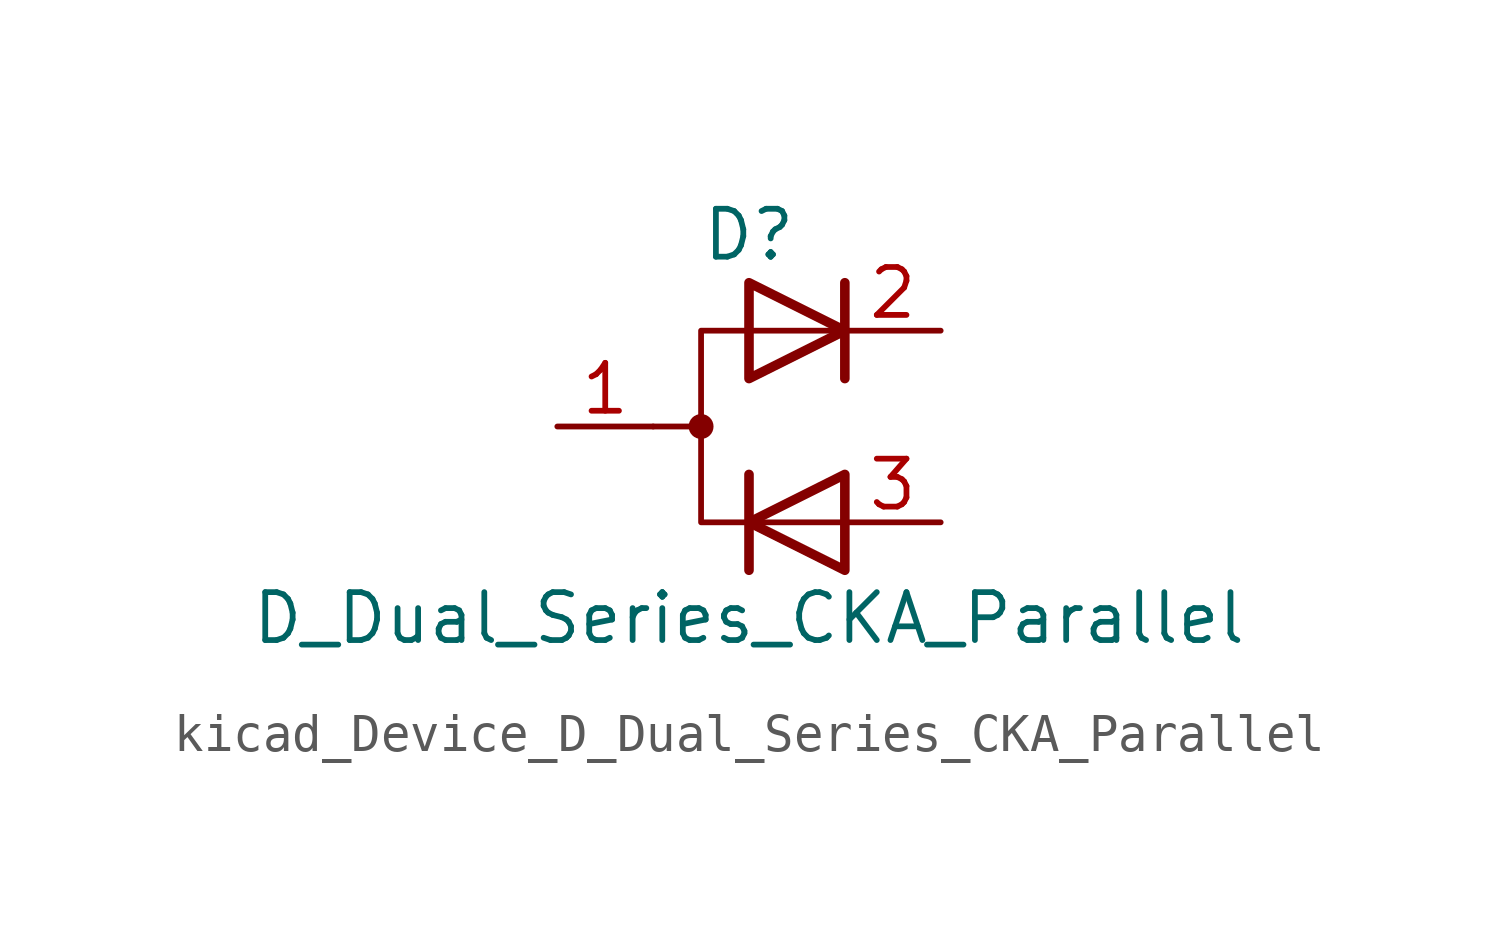
<source format=kicad_sym>
(kicad_symbol_lib
  (version 20220914)
  (generator kicad_symbol_editor)
  (symbol "kicad_Device_D_Dual_Series_CKA_Parallel"
    (pin_names
      (offset 0.762) hide)
    (property "Reference" "D"
      (at 0 5.08 0)
      (effects (font (size 1.27 1.27))))
    (property "Value" "D_Dual_Series_CKA_Parallel"
      (at 0 -5.08 0)
      (effects (font (size 1.27 1.27))))
    (symbol "kicad_Device_D_Dual_Series_CKA_Parallel_0_0"
      (polyline (pts (xy 0 -1.27) (xy 0 -3.81)) (stroke (width 0.254) (type default)) (fill (type none)))
      (polyline (pts (xy 2.54 3.81) (xy 2.54 1.27)) (stroke (width 0.254) (type default)) (fill (type none))))
    (symbol "kicad_Device_D_Dual_Series_CKA_Parallel_0_1"
      (circle (center -1.27 0) (radius 0.254) (stroke (width 0) (type default)) (fill (type outline)))
      (polyline (pts (xy -1.27 0) (xy -2.54 0)) (stroke (width 0) (type default)) (fill (type none)))
      (polyline (pts (xy 2.54 2.54) (xy -1.27 2.54) (xy -1.27 -2.54) (xy 2.54 -2.54)) (stroke (width 0) (type default)) (fill (type none)))
      (polyline (pts (xy 0 3.81) (xy 2.54 2.54) (xy 0 1.27) (xy 0 3.81) (xy 0 3.81) (xy 0 3.81)) (stroke (width 0.254) (type default)) (fill (type none)))
      (polyline (pts (xy 2.54 -1.27) (xy 0 -2.54) (xy 2.54 -3.81) (xy 2.54 -1.27) (xy 2.54 -1.27) (xy 2.54 -1.27)) (stroke (width 0.254) (type default)) (fill (type none)))
      (pin passive line (at -5.08 0 0) (length 2.54) (name "A" (effects (font (size 1.27 1.27)))) (number "1" (effects (font (size 1.27 1.27)))))
      (pin passive line (at 5.08 2.54 180) (length 2.54) (name "K" (effects (font (size 1.27 1.27)))) (number "2" (effects (font (size 1.27 1.27)))))
      (pin passive line (at 5.08 -2.54 180) (length 2.54) (name "K" (effects (font (size 1.27 1.27)))) (number "3" (effects (font (size 1.27 1.27))))))))
</source>
